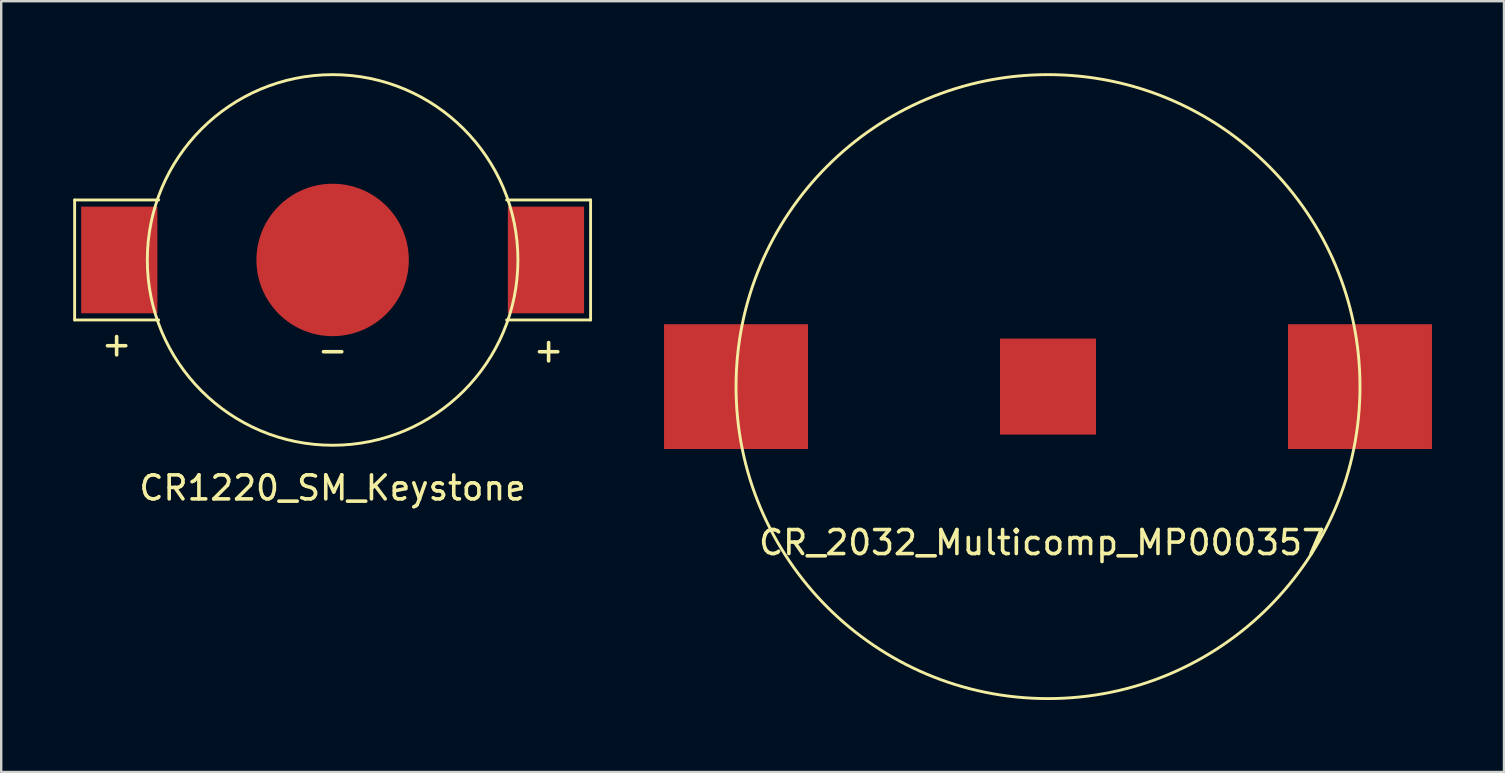
<source format=kicad_pcb>
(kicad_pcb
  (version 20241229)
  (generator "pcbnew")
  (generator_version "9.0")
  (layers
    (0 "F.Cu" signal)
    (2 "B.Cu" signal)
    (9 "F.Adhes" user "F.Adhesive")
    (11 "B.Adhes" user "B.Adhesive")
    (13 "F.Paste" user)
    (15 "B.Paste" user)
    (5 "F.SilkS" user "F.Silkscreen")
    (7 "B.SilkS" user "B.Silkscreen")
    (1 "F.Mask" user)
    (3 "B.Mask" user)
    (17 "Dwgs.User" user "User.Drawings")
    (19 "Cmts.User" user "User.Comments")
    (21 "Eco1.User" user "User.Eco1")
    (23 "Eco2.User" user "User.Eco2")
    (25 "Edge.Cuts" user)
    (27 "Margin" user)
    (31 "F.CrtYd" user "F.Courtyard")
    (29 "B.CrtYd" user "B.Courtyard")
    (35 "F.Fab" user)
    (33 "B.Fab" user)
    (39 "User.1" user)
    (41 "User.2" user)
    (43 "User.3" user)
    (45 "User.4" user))
  (footprint "CR1220_SM_Keystone"
    (layer "F.Cu")
    (at 10.81 7.782)
    (property "Reference" "CR1220_SM_Keystone" (at 0 9.5 0) (layer "F.SilkS") (effects (font (size 1 1) (thickness 0.15))))
    (attr through_hole)
    (fp_line (start -10.75 -2.5) (end -10.75 2.5) (stroke (width 0.12) (type solid)) (layer "F.SilkS"))
    (fp_line (start -10.75 2.5) (end -7.25 2.5) (stroke (width 0.12) (type solid)) (layer "F.SilkS"))
    (fp_line (start -7.25 -2.5) (end -10.75 -2.5) (stroke (width 0.12) (type solid)) (layer "F.SilkS"))
    (fp_line (start 7.25 -2.5) (end 10.75 -2.5) (stroke (width 0.12) (type solid)) (layer "F.SilkS"))
    (fp_line (start 10.75 -2.5) (end 10.75 2.5) (stroke (width 0.12) (type solid)) (layer "F.SilkS"))
    (fp_line (start 10.75 2.5) (end 7.25 2.5) (stroke (width 0.12) (type solid)) (layer "F.SilkS"))
    (fp_circle (center 0 0) (end 3.75 -6.75) (stroke (width 0.12) (type solid)) (fill no) (layer "F.SilkS"))
    (fp_text user "+" (at -9 3.5 0) (layer "F.SilkS") (effects (font (size 1 1) (thickness 0.15))))
    (fp_text user "+" (at 9 3.75 0) (layer "F.SilkS") (effects (font (size 1 1) (thickness 0.15))))
    (fp_text user "-" (at 0 3.75 0) (layer "F.SilkS") (effects (font (size 1 1) (thickness 0.15))))
    (pad "1" smd circle (at 0 0) (size 6.35 6.35) (layers "F.Cu" "F.Mask" "F.Paste"))
    (pad "2" smd rect (at -8.89 0) (size 3.175 4.445) (layers "F.Cu" "F.Mask" "F.Paste"))
    (pad "3" smd rect (at 8.89 0) (size 3.175 4.445) (layers "F.Cu" "F.Mask" "F.Paste")))
  (footprint "CR_2032_Multicomp_MP000357"
    (layer "F.Cu")
    (at 40.62 13.06)
    (property "Reference" "CR_2032_Multicomp_MP000357" (at -0.25 6.5 0) (layer "F.SilkS") (effects (font (size 1 1) (thickness 0.15))))
    (attr through_hole)
    (fp_circle (center 0 0) (end 13 0) (stroke (width 0.12) (type solid)) (fill no) (layer "F.SilkS"))
    (pad "1" smd rect (at 0 0) (size 4 4) (layers "F.Cu" "F.Mask" "F.Paste"))
    (pad "2" smd rect (at -13 0) (size 6 5.2) (layers "F.Cu" "F.Mask" "F.Paste"))
    (pad "3" smd rect (at 13 0) (size 6 5.2) (layers "F.Cu" "F.Mask" "F.Paste")))
  (gr_rect
    (start -3 -3)
    (end 59.62 29.12)
    (stroke (width 0.1) (type default))
    (fill no)
    (layer "Edge.Cuts")))
</source>
